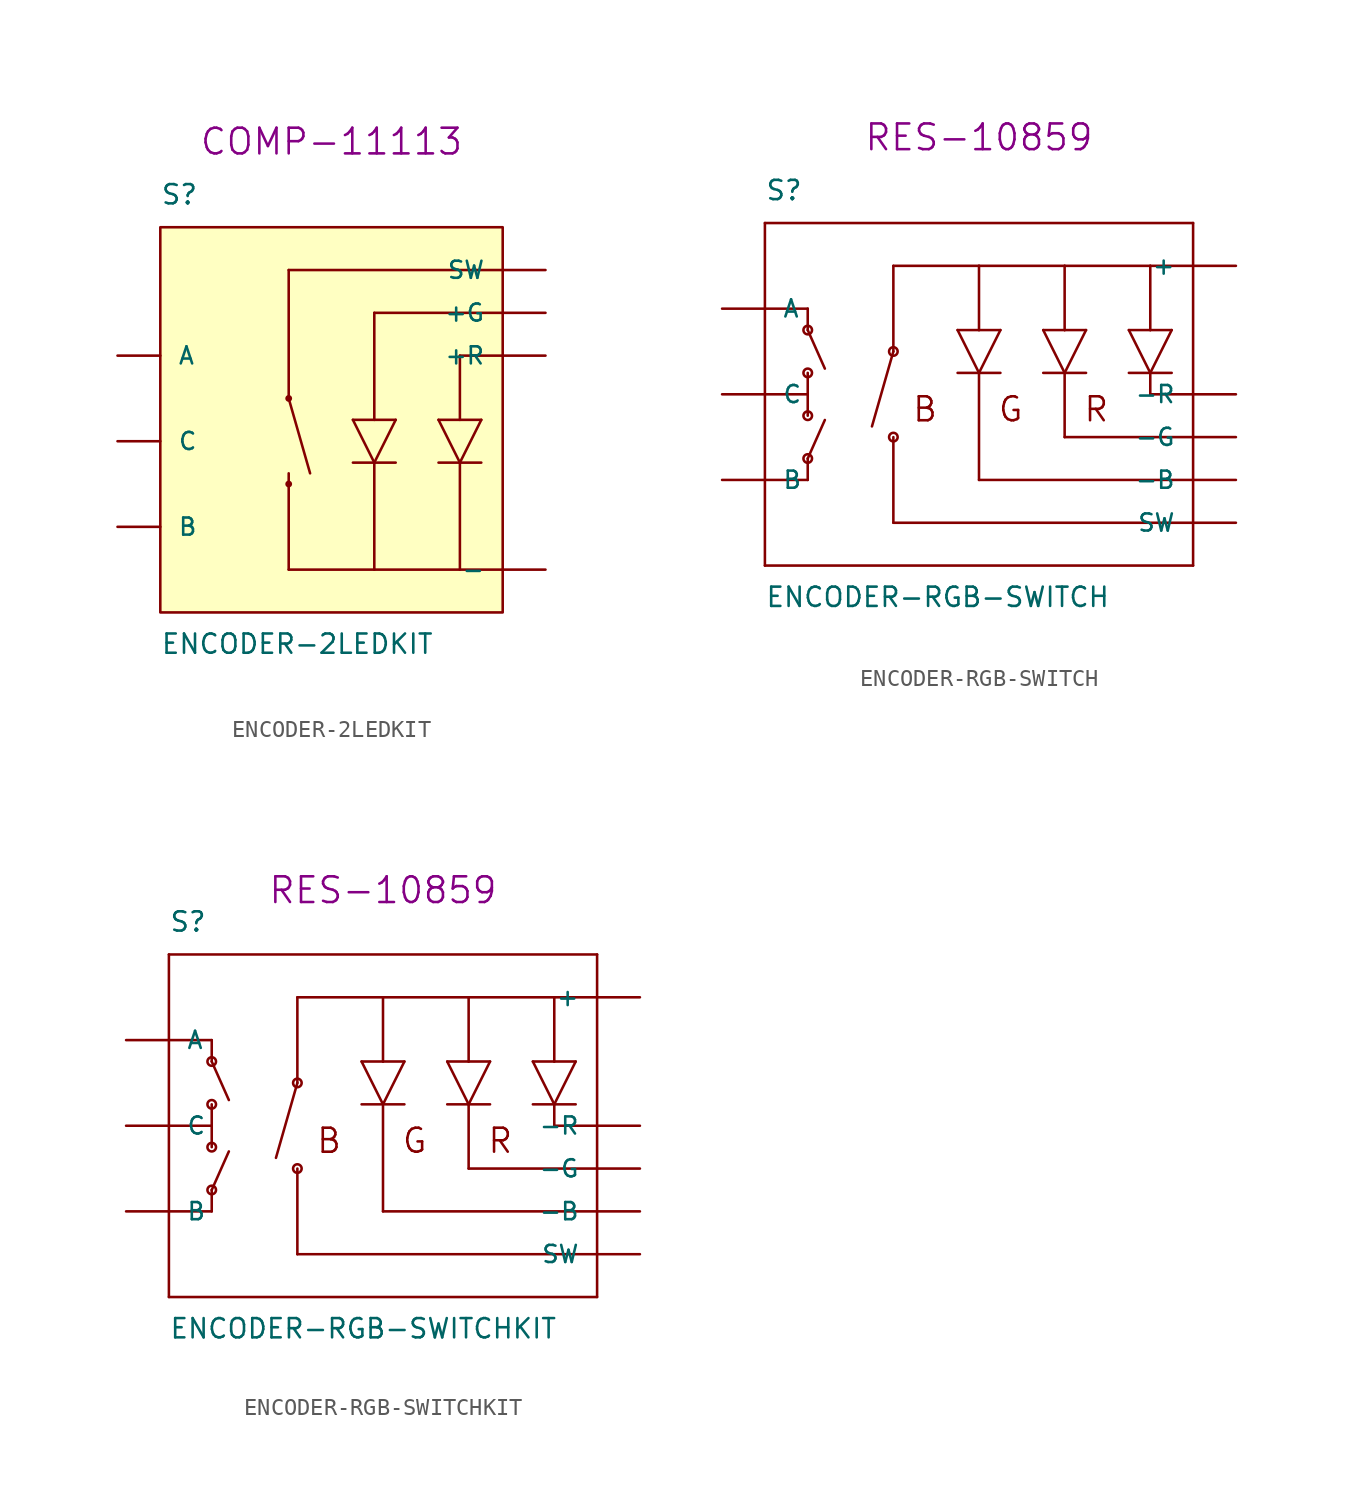
<source format=kicad_sym>
(kicad_symbol_lib
  (version 20211014)
  (generator kicad_symbol_editor)
  (symbol "ENCODER-2LEDKIT"
    (pin_numbers hide)
    (pin_names
      (offset 1.016))
    (property "Reference" "S"
      (at -10.16 13.97 0)
      (effects (font (size 1.143 1.143)) (justify left bottom)))
    (property "Value" "ENCODER-2LEDKIT"
      (at -10.16 -12.7 0)
      (effects (font (size 1.143 1.143)) (justify left bottom)))
    (property "Field4" "COMP-11113"
      (at 0 17.78 0)
      (effects (font (size 1.524 1.524))))
    (property "ki_locked" ""
      (at 0 0 0)
      (effects (font (size 1.27 1.27))))
    (symbol "ENCODER-2LEDKIT_1_0"
      (polyline (pts (xy -2.54 -7.62) (xy 2.54 -7.62)) (stroke (width 0) (type default) (color 0 0 0 0)) (fill (type none)))
      (polyline (pts (xy -2.54 -1.905) (xy -2.54 -7.62)) (stroke (width 0) (type default) (color 0 0 0 0)) (fill (type none)))
      (polyline (pts (xy -2.54 2.54) (xy -2.54 10.16)) (stroke (width 0) (type default) (color 0 0 0 0)) (fill (type none)))
      (polyline (pts (xy -2.54 2.54) (xy -1.27 -1.905)) (stroke (width 0) (type default) (color 0 0 0 0)) (fill (type none)))
      (polyline (pts (xy -2.54 10.16) (xy 10.16 10.16)) (stroke (width 0) (type default) (color 0 0 0 0)) (fill (type none)))
      (polyline (pts (xy 2.54 -7.62) (xy 7.62 -7.62)) (stroke (width 0) (type default) (color 0 0 0 0)) (fill (type none)))
      (polyline (pts (xy 2.54 -1.27) (xy 1.27 -1.27)) (stroke (width 0) (type default) (color 0 0 0 0)) (fill (type none)))
      (polyline (pts (xy 2.54 -1.27) (xy 1.27 1.27)) (stroke (width 0) (type default) (color 0 0 0 0)) (fill (type none)))
      (polyline (pts (xy 2.54 -1.27) (xy 2.54 -7.62)) (stroke (width 0) (type default) (color 0 0 0 0)) (fill (type none)))
      (polyline (pts (xy 2.54 1.27) (xy 1.27 1.27)) (stroke (width 0) (type default) (color 0 0 0 0)) (fill (type none)))
      (polyline (pts (xy 2.54 1.27) (xy 2.54 7.62)) (stroke (width 0) (type default) (color 0 0 0 0)) (fill (type none)))
      (polyline (pts (xy 2.54 7.62) (xy 10.16 7.62)) (stroke (width 0) (type default) (color 0 0 0 0)) (fill (type none)))
      (polyline (pts (xy 3.81 -1.27) (xy 2.54 -1.27)) (stroke (width 0) (type default) (color 0 0 0 0)) (fill (type none)))
      (polyline (pts (xy 3.81 1.27) (xy 2.54 -1.27)) (stroke (width 0) (type default) (color 0 0 0 0)) (fill (type none)))
      (polyline (pts (xy 3.81 1.27) (xy 2.54 1.27)) (stroke (width 0) (type default) (color 0 0 0 0)) (fill (type none)))
      (polyline (pts (xy 7.62 -7.62) (xy 10.16 -7.62)) (stroke (width 0) (type default) (color 0 0 0 0)) (fill (type none)))
      (polyline (pts (xy 7.62 -1.27) (xy 6.35 -1.27)) (stroke (width 0) (type default) (color 0 0 0 0)) (fill (type none)))
      (polyline (pts (xy 7.62 -1.27) (xy 6.35 1.27)) (stroke (width 0) (type default) (color 0 0 0 0)) (fill (type none)))
      (polyline (pts (xy 7.62 -1.27) (xy 7.62 -7.62)) (stroke (width 0) (type default) (color 0 0 0 0)) (fill (type none)))
      (polyline (pts (xy 7.62 1.27) (xy 6.35 1.27)) (stroke (width 0) (type default) (color 0 0 0 0)) (fill (type none)))
      (polyline (pts (xy 7.62 1.27) (xy 7.62 5.08)) (stroke (width 0) (type default) (color 0 0 0 0)) (fill (type none)))
      (polyline (pts (xy 7.62 5.08) (xy 10.16 5.08)) (stroke (width 0) (type default) (color 0 0 0 0)) (fill (type none)))
      (polyline (pts (xy 8.89 -1.27) (xy 7.62 -1.27)) (stroke (width 0) (type default) (color 0 0 0 0)) (fill (type none)))
      (polyline (pts (xy 8.89 1.27) (xy 7.62 -1.27)) (stroke (width 0) (type default) (color 0 0 0 0)) (fill (type none)))
      (polyline (pts (xy 8.89 1.27) (xy 7.62 1.27)) (stroke (width 0) (type default) (color 0 0 0 0)) (fill (type none))))
    (symbol "ENCODER-2LEDKIT_1_1"
      (circle (center -2.54 -2.54) (radius 0.127) (stroke (width 0) (type default) (color 0 0 0 0)) (fill (type outline)))
      (circle (center -2.54 2.54) (radius 0.127) (stroke (width 0) (type default) (color 0 0 0 0)) (fill (type outline)))
      (polyline (pts (xy -10.16 12.7) (xy -10.16 -10.16) (xy 10.16 -10.16) (xy 10.16 -7.62) (xy 10.16 5.08) (xy 10.16 7.62) (xy 10.16 10.16) (xy 10.16 12.7) (xy -10.16 12.7)) (stroke (width 0) (type default) (color 0 0 0 0)) (fill (type background)))
      (pin passive line (at 12.7 7.62 180) (length 2.54) (name "+G" (effects (font (size 1.016 1.016)))) (number "+G" (effects (font (size 1.016 1.016)))))
      (pin passive line (at 12.7 5.08 180) (length 2.54) (name "+R" (effects (font (size 1.016 1.016)))) (number "+R" (effects (font (size 1.016 1.016)))))
      (pin bidirectional line (at -12.7 5.08 0) (length 2.54) (name "A" (effects (font (size 1.016 1.016)))) (number "A" (effects (font (size 1.016 1.016)))))
      (pin bidirectional line (at -12.7 -5.08 0) (length 2.54) (name "B" (effects (font (size 1.016 1.016)))) (number "B" (effects (font (size 1.016 1.016)))))
      (pin bidirectional line (at -12.7 0 0) (length 2.54) (name "C" (effects (font (size 1.016 1.016)))) (number "C" (effects (font (size 1.016 1.016)))))
      (pin passive line (at 12.7 -7.62 180) (length 2.54) (name "-" (effects (font (size 1.016 1.016)))) (number "GND" (effects (font (size 1.016 1.016)))))
      (pin passive line (at 12.7 10.16 180) (length 2.54) (name "SW" (effects (font (size 1.016 1.016)))) (number "SW" (effects (font (size 1.016 1.016)))))))
  (symbol "ENCODER-RGB-SWITCH"
    (pin_numbers hide)
    (pin_names
      (offset 1.016))
    (property "Reference" "S"
      (at -12.7 11.43 0)
      (effects (font (size 1.143 1.143)) (justify left bottom)))
    (property "Value" "ENCODER-RGB-SWITCH"
      (at -12.7 -12.7 0)
      (effects (font (size 1.143 1.143)) (justify left bottom)))
    (property "Field4" "RES-10859"
      (at 0 15.24 0)
      (effects (font (size 1.524 1.524))))
    (property "ki_locked" ""
      (at 0 0 0)
      (effects (font (size 1.27 1.27))))
    (symbol "ENCODER-RGB-SWITCH_1_0"
      (polyline (pts (xy -12.7 -10.16) (xy 12.7 -10.16)) (stroke (width 0) (type default) (color 0 0 0 0)) (fill (type none)))
      (polyline (pts (xy -12.7 -5.08) (xy -12.7 -10.16)) (stroke (width 0) (type default) (color 0 0 0 0)) (fill (type none)))
      (polyline (pts (xy -12.7 0) (xy -12.7 -5.08)) (stroke (width 0) (type default) (color 0 0 0 0)) (fill (type none)))
      (polyline (pts (xy -12.7 5.08) (xy -12.7 0)) (stroke (width 0) (type default) (color 0 0 0 0)) (fill (type none)))
      (polyline (pts (xy -12.7 5.08) (xy -10.16 5.08)) (stroke (width 0) (type default) (color 0 0 0 0)) (fill (type none)))
      (polyline (pts (xy -12.7 10.16) (xy -12.7 5.08)) (stroke (width 0) (type default) (color 0 0 0 0)) (fill (type none)))
      (polyline (pts (xy -10.16 -5.08) (xy -12.7 -5.08)) (stroke (width 0) (type default) (color 0 0 0 0)) (fill (type none)))
      (polyline (pts (xy -10.16 -5.08) (xy -10.16 -3.81)) (stroke (width 0) (type default) (color 0 0 0 0)) (fill (type none)))
      (polyline (pts (xy -10.16 -3.81) (xy -9.144 -1.524)) (stroke (width 0) (type default) (color 0 0 0 0)) (fill (type none)))
      (polyline (pts (xy -10.16 0) (xy -12.7 0)) (stroke (width 0) (type default) (color 0 0 0 0)) (fill (type none)))
      (polyline (pts (xy -10.16 0) (xy -10.16 -1.27)) (stroke (width 0) (type default) (color 0 0 0 0)) (fill (type none)))
      (polyline (pts (xy -10.16 0) (xy -10.16 1.27)) (stroke (width 0) (type default) (color 0 0 0 0)) (fill (type none)))
      (polyline (pts (xy -10.16 3.81) (xy -9.144 1.524)) (stroke (width 0) (type default) (color 0 0 0 0)) (fill (type none)))
      (polyline (pts (xy -10.16 5.08) (xy -10.16 3.81)) (stroke (width 0) (type default) (color 0 0 0 0)) (fill (type none)))
      (polyline (pts (xy -5.08 -7.62) (xy -5.08 -2.54)) (stroke (width 0) (type default) (color 0 0 0 0)) (fill (type none)))
      (polyline (pts (xy -5.08 -7.62) (xy 12.7 -7.62)) (stroke (width 0) (type default) (color 0 0 0 0)) (fill (type none)))
      (polyline (pts (xy -5.08 2.54) (xy -6.35 -1.905)) (stroke (width 0) (type default) (color 0 0 0 0)) (fill (type none)))
      (polyline (pts (xy -5.08 7.62) (xy -5.08 2.54)) (stroke (width 0) (type default) (color 0 0 0 0)) (fill (type none)))
      (polyline (pts (xy -5.08 7.62) (xy 0 7.62)) (stroke (width 0) (type default) (color 0 0 0 0)) (fill (type none)))
      (polyline (pts (xy -1.27 1.27) (xy 0 1.27)) (stroke (width 0) (type default) (color 0 0 0 0)) (fill (type none)))
      (polyline (pts (xy -1.27 3.81) (xy 0 1.27)) (stroke (width 0) (type default) (color 0 0 0 0)) (fill (type none)))
      (polyline (pts (xy -1.27 3.81) (xy 0 3.81)) (stroke (width 0) (type default) (color 0 0 0 0)) (fill (type none)))
      (polyline (pts (xy 0 -5.08) (xy 0 1.27)) (stroke (width 0) (type default) (color 0 0 0 0)) (fill (type none)))
      (polyline (pts (xy 0 -5.08) (xy 12.7 -5.08)) (stroke (width 0) (type default) (color 0 0 0 0)) (fill (type none)))
      (polyline (pts (xy 0 1.27) (xy 1.27 1.27)) (stroke (width 0) (type default) (color 0 0 0 0)) (fill (type none)))
      (polyline (pts (xy 0 1.27) (xy 1.27 3.81)) (stroke (width 0) (type default) (color 0 0 0 0)) (fill (type none)))
      (polyline (pts (xy 0 3.81) (xy 1.27 3.81)) (stroke (width 0) (type default) (color 0 0 0 0)) (fill (type none)))
      (polyline (pts (xy 0 7.62) (xy 0 3.81)) (stroke (width 0) (type default) (color 0 0 0 0)) (fill (type none)))
      (polyline (pts (xy 0 7.62) (xy 5.08 7.62)) (stroke (width 0) (type default) (color 0 0 0 0)) (fill (type none)))
      (polyline (pts (xy 3.81 1.27) (xy 5.08 1.27)) (stroke (width 0) (type default) (color 0 0 0 0)) (fill (type none)))
      (polyline (pts (xy 3.81 3.81) (xy 5.08 1.27)) (stroke (width 0) (type default) (color 0 0 0 0)) (fill (type none)))
      (polyline (pts (xy 3.81 3.81) (xy 5.08 3.81)) (stroke (width 0) (type default) (color 0 0 0 0)) (fill (type none)))
      (polyline (pts (xy 5.08 -2.54) (xy 5.08 1.27)) (stroke (width 0) (type default) (color 0 0 0 0)) (fill (type none)))
      (polyline (pts (xy 5.08 -2.54) (xy 12.7 -2.54)) (stroke (width 0) (type default) (color 0 0 0 0)) (fill (type none)))
      (polyline (pts (xy 5.08 1.27) (xy 6.35 1.27)) (stroke (width 0) (type default) (color 0 0 0 0)) (fill (type none)))
      (polyline (pts (xy 5.08 1.27) (xy 6.35 3.81)) (stroke (width 0) (type default) (color 0 0 0 0)) (fill (type none)))
      (polyline (pts (xy 5.08 3.81) (xy 6.35 3.81)) (stroke (width 0) (type default) (color 0 0 0 0)) (fill (type none)))
      (polyline (pts (xy 5.08 7.62) (xy 5.08 3.81)) (stroke (width 0) (type default) (color 0 0 0 0)) (fill (type none)))
      (polyline (pts (xy 5.08 7.62) (xy 10.16 7.62)) (stroke (width 0) (type default) (color 0 0 0 0)) (fill (type none)))
      (polyline (pts (xy 8.89 1.27) (xy 10.16 1.27)) (stroke (width 0) (type default) (color 0 0 0 0)) (fill (type none)))
      (polyline (pts (xy 8.89 3.81) (xy 10.16 1.27)) (stroke (width 0) (type default) (color 0 0 0 0)) (fill (type none)))
      (polyline (pts (xy 8.89 3.81) (xy 10.16 3.81)) (stroke (width 0) (type default) (color 0 0 0 0)) (fill (type none)))
      (polyline (pts (xy 10.16 0) (xy 10.16 1.27)) (stroke (width 0) (type default) (color 0 0 0 0)) (fill (type none)))
      (polyline (pts (xy 10.16 0) (xy 12.7 0)) (stroke (width 0) (type default) (color 0 0 0 0)) (fill (type none)))
      (polyline (pts (xy 10.16 1.27) (xy 11.43 1.27)) (stroke (width 0) (type default) (color 0 0 0 0)) (fill (type none)))
      (polyline (pts (xy 10.16 1.27) (xy 11.43 3.81)) (stroke (width 0) (type default) (color 0 0 0 0)) (fill (type none)))
      (polyline (pts (xy 10.16 3.81) (xy 11.43 3.81)) (stroke (width 0) (type default) (color 0 0 0 0)) (fill (type none)))
      (polyline (pts (xy 10.16 7.62) (xy 10.16 3.81)) (stroke (width 0) (type default) (color 0 0 0 0)) (fill (type none)))
      (polyline (pts (xy 10.16 7.62) (xy 12.7 7.62)) (stroke (width 0) (type default) (color 0 0 0 0)) (fill (type none)))
      (polyline (pts (xy 12.7 10.16) (xy -12.7 10.16)) (stroke (width 0) (type default) (color 0 0 0 0)) (fill (type none)))
      (polyline (pts (xy 12.7 10.16) (xy 12.7 -10.16)) (stroke (width 0) (type default) (color 0 0 0 0)) (fill (type none)))
      (text "B" (at -3.2 -0.889 0) (effects (font (size 1.422 1.422))))
      (text "G" (at 1.88 -0.889 0) (effects (font (size 1.422 1.422))))
      (text "R" (at 6.96 -0.889 0) (effects (font (size 1.422 1.422)))))
    (symbol "ENCODER-RGB-SWITCH_1_1"
      (circle (center -10.16 -3.81) (radius 0.254) (stroke (width 0) (type default) (color 0 0 0 0)) (fill (type none)))
      (circle (center -10.16 -1.27) (radius 0.254) (stroke (width 0) (type default) (color 0 0 0 0)) (fill (type none)))
      (circle (center -10.16 1.27) (radius 0.254) (stroke (width 0) (type default) (color 0 0 0 0)) (fill (type none)))
      (circle (center -10.16 3.81) (radius 0.254) (stroke (width 0) (type default) (color 0 0 0 0)) (fill (type none)))
      (circle (center -5.08 -2.54) (radius 0.254) (stroke (width 0) (type default) (color 0 0 0 0)) (fill (type none)))
      (circle (center -5.08 2.54) (radius 0.254) (stroke (width 0) (type default) (color 0 0 0 0)) (fill (type none)))
      (pin passive line (at 15.24 0 180) (length 2.54) (name "-R" (effects (font (size 1.016 1.016)))) (number "1" (effects (font (size 1.016 1.016)))))
      (pin passive line (at 15.24 -2.54 180) (length 2.54) (name "-G" (effects (font (size 1.016 1.016)))) (number "2" (effects (font (size 1.016 1.016)))))
      (pin passive line (at 15.24 -7.62 180) (length 2.54) (name "SW" (effects (font (size 1.016 1.016)))) (number "3" (effects (font (size 1.016 1.016)))))
      (pin passive line (at 15.24 -5.08 180) (length 2.54) (name "-B" (effects (font (size 1.016 1.016)))) (number "4" (effects (font (size 1.016 1.016)))))
      (pin passive line (at 15.24 7.62 180) (length 2.54) (name "+" (effects (font (size 1.016 1.016)))) (number "5" (effects (font (size 1.016 1.016)))))
      (pin bidirectional line (at -15.24 5.08 0) (length 2.54) (name "A" (effects (font (size 1.016 1.016)))) (number "A" (effects (font (size 1.016 1.016)))))
      (pin bidirectional line (at -15.24 -5.08 0) (length 2.54) (name "B" (effects (font (size 1.016 1.016)))) (number "B" (effects (font (size 1.016 1.016)))))
      (pin bidirectional line (at -15.24 0 0) (length 2.54) (name "C" (effects (font (size 1.016 1.016)))) (number "C" (effects (font (size 1.016 1.016)))))))
  (symbol "ENCODER-RGB-SWITCHKIT"
    (pin_numbers hide)
    (pin_names
      (offset 1.016))
    (property "Reference" "S"
      (at -12.7 11.43 0)
      (effects (font (size 1.143 1.143)) (justify left bottom)))
    (property "Value" "ENCODER-RGB-SWITCHKIT"
      (at -12.7 -12.7 0)
      (effects (font (size 1.143 1.143)) (justify left bottom)))
    (property "Field4" "RES-10859"
      (at 0 13.97 0)
      (effects (font (size 1.524 1.524))))
    (property "ki_locked" ""
      (at 0 0 0)
      (effects (font (size 1.27 1.27))))
    (symbol "ENCODER-RGB-SWITCHKIT_1_0"
      (polyline (pts (xy -12.7 -10.16) (xy 12.7 -10.16)) (stroke (width 0) (type default) (color 0 0 0 0)) (fill (type none)))
      (polyline (pts (xy -12.7 -5.08) (xy -12.7 -10.16)) (stroke (width 0) (type default) (color 0 0 0 0)) (fill (type none)))
      (polyline (pts (xy -12.7 0) (xy -12.7 -5.08)) (stroke (width 0) (type default) (color 0 0 0 0)) (fill (type none)))
      (polyline (pts (xy -12.7 5.08) (xy -12.7 0)) (stroke (width 0) (type default) (color 0 0 0 0)) (fill (type none)))
      (polyline (pts (xy -12.7 5.08) (xy -10.16 5.08)) (stroke (width 0) (type default) (color 0 0 0 0)) (fill (type none)))
      (polyline (pts (xy -12.7 10.16) (xy -12.7 5.08)) (stroke (width 0) (type default) (color 0 0 0 0)) (fill (type none)))
      (polyline (pts (xy -10.16 -5.08) (xy -12.7 -5.08)) (stroke (width 0) (type default) (color 0 0 0 0)) (fill (type none)))
      (polyline (pts (xy -10.16 -5.08) (xy -10.16 -3.81)) (stroke (width 0) (type default) (color 0 0 0 0)) (fill (type none)))
      (polyline (pts (xy -10.16 -3.81) (xy -9.144 -1.524)) (stroke (width 0) (type default) (color 0 0 0 0)) (fill (type none)))
      (polyline (pts (xy -10.16 0) (xy -12.7 0)) (stroke (width 0) (type default) (color 0 0 0 0)) (fill (type none)))
      (polyline (pts (xy -10.16 0) (xy -10.16 -1.27)) (stroke (width 0) (type default) (color 0 0 0 0)) (fill (type none)))
      (polyline (pts (xy -10.16 0) (xy -10.16 1.27)) (stroke (width 0) (type default) (color 0 0 0 0)) (fill (type none)))
      (polyline (pts (xy -10.16 3.81) (xy -9.144 1.524)) (stroke (width 0) (type default) (color 0 0 0 0)) (fill (type none)))
      (polyline (pts (xy -10.16 5.08) (xy -10.16 3.81)) (stroke (width 0) (type default) (color 0 0 0 0)) (fill (type none)))
      (polyline (pts (xy -5.08 -7.62) (xy -5.08 -2.54)) (stroke (width 0) (type default) (color 0 0 0 0)) (fill (type none)))
      (polyline (pts (xy -5.08 -7.62) (xy 12.7 -7.62)) (stroke (width 0) (type default) (color 0 0 0 0)) (fill (type none)))
      (polyline (pts (xy -5.08 2.54) (xy -6.35 -1.905)) (stroke (width 0) (type default) (color 0 0 0 0)) (fill (type none)))
      (polyline (pts (xy -5.08 7.62) (xy -5.08 2.54)) (stroke (width 0) (type default) (color 0 0 0 0)) (fill (type none)))
      (polyline (pts (xy -5.08 7.62) (xy 0 7.62)) (stroke (width 0) (type default) (color 0 0 0 0)) (fill (type none)))
      (polyline (pts (xy -1.27 1.27) (xy 0 1.27)) (stroke (width 0) (type default) (color 0 0 0 0)) (fill (type none)))
      (polyline (pts (xy -1.27 3.81) (xy 0 1.27)) (stroke (width 0) (type default) (color 0 0 0 0)) (fill (type none)))
      (polyline (pts (xy -1.27 3.81) (xy 0 3.81)) (stroke (width 0) (type default) (color 0 0 0 0)) (fill (type none)))
      (polyline (pts (xy 0 -5.08) (xy 0 1.27)) (stroke (width 0) (type default) (color 0 0 0 0)) (fill (type none)))
      (polyline (pts (xy 0 -5.08) (xy 12.7 -5.08)) (stroke (width 0) (type default) (color 0 0 0 0)) (fill (type none)))
      (polyline (pts (xy 0 1.27) (xy 1.27 1.27)) (stroke (width 0) (type default) (color 0 0 0 0)) (fill (type none)))
      (polyline (pts (xy 0 1.27) (xy 1.27 3.81)) (stroke (width 0) (type default) (color 0 0 0 0)) (fill (type none)))
      (polyline (pts (xy 0 3.81) (xy 1.27 3.81)) (stroke (width 0) (type default) (color 0 0 0 0)) (fill (type none)))
      (polyline (pts (xy 0 7.62) (xy 0 3.81)) (stroke (width 0) (type default) (color 0 0 0 0)) (fill (type none)))
      (polyline (pts (xy 0 7.62) (xy 5.08 7.62)) (stroke (width 0) (type default) (color 0 0 0 0)) (fill (type none)))
      (polyline (pts (xy 3.81 1.27) (xy 5.08 1.27)) (stroke (width 0) (type default) (color 0 0 0 0)) (fill (type none)))
      (polyline (pts (xy 3.81 3.81) (xy 5.08 1.27)) (stroke (width 0) (type default) (color 0 0 0 0)) (fill (type none)))
      (polyline (pts (xy 3.81 3.81) (xy 5.08 3.81)) (stroke (width 0) (type default) (color 0 0 0 0)) (fill (type none)))
      (polyline (pts (xy 5.08 -2.54) (xy 5.08 1.27)) (stroke (width 0) (type default) (color 0 0 0 0)) (fill (type none)))
      (polyline (pts (xy 5.08 -2.54) (xy 12.7 -2.54)) (stroke (width 0) (type default) (color 0 0 0 0)) (fill (type none)))
      (polyline (pts (xy 5.08 1.27) (xy 6.35 1.27)) (stroke (width 0) (type default) (color 0 0 0 0)) (fill (type none)))
      (polyline (pts (xy 5.08 1.27) (xy 6.35 3.81)) (stroke (width 0) (type default) (color 0 0 0 0)) (fill (type none)))
      (polyline (pts (xy 5.08 3.81) (xy 6.35 3.81)) (stroke (width 0) (type default) (color 0 0 0 0)) (fill (type none)))
      (polyline (pts (xy 5.08 7.62) (xy 5.08 3.81)) (stroke (width 0) (type default) (color 0 0 0 0)) (fill (type none)))
      (polyline (pts (xy 5.08 7.62) (xy 10.16 7.62)) (stroke (width 0) (type default) (color 0 0 0 0)) (fill (type none)))
      (polyline (pts (xy 8.89 1.27) (xy 10.16 1.27)) (stroke (width 0) (type default) (color 0 0 0 0)) (fill (type none)))
      (polyline (pts (xy 8.89 3.81) (xy 10.16 1.27)) (stroke (width 0) (type default) (color 0 0 0 0)) (fill (type none)))
      (polyline (pts (xy 8.89 3.81) (xy 10.16 3.81)) (stroke (width 0) (type default) (color 0 0 0 0)) (fill (type none)))
      (polyline (pts (xy 10.16 0) (xy 10.16 1.27)) (stroke (width 0) (type default) (color 0 0 0 0)) (fill (type none)))
      (polyline (pts (xy 10.16 0) (xy 12.7 0)) (stroke (width 0) (type default) (color 0 0 0 0)) (fill (type none)))
      (polyline (pts (xy 10.16 1.27) (xy 11.43 1.27)) (stroke (width 0) (type default) (color 0 0 0 0)) (fill (type none)))
      (polyline (pts (xy 10.16 1.27) (xy 11.43 3.81)) (stroke (width 0) (type default) (color 0 0 0 0)) (fill (type none)))
      (polyline (pts (xy 10.16 3.81) (xy 11.43 3.81)) (stroke (width 0) (type default) (color 0 0 0 0)) (fill (type none)))
      (polyline (pts (xy 10.16 7.62) (xy 10.16 3.81)) (stroke (width 0) (type default) (color 0 0 0 0)) (fill (type none)))
      (polyline (pts (xy 10.16 7.62) (xy 12.7 7.62)) (stroke (width 0) (type default) (color 0 0 0 0)) (fill (type none)))
      (polyline (pts (xy 12.7 10.16) (xy -12.7 10.16)) (stroke (width 0) (type default) (color 0 0 0 0)) (fill (type none)))
      (polyline (pts (xy 12.7 10.16) (xy 12.7 -10.16)) (stroke (width 0) (type default) (color 0 0 0 0)) (fill (type none)))
      (text "B" (at -3.2 -0.889 0) (effects (font (size 1.422 1.422))))
      (text "G" (at 1.88 -0.889 0) (effects (font (size 1.422 1.422))))
      (text "R" (at 6.96 -0.889 0) (effects (font (size 1.422 1.422)))))
    (symbol "ENCODER-RGB-SWITCHKIT_1_1"
      (circle (center -10.16 -3.81) (radius 0.254) (stroke (width 0) (type default) (color 0 0 0 0)) (fill (type none)))
      (circle (center -10.16 -1.27) (radius 0.254) (stroke (width 0) (type default) (color 0 0 0 0)) (fill (type none)))
      (circle (center -10.16 1.27) (radius 0.254) (stroke (width 0) (type default) (color 0 0 0 0)) (fill (type none)))
      (circle (center -10.16 3.81) (radius 0.254) (stroke (width 0) (type default) (color 0 0 0 0)) (fill (type none)))
      (circle (center -5.08 -2.54) (radius 0.254) (stroke (width 0) (type default) (color 0 0 0 0)) (fill (type none)))
      (circle (center -5.08 2.54) (radius 0.254) (stroke (width 0) (type default) (color 0 0 0 0)) (fill (type none)))
      (pin passive line (at 15.24 0 180) (length 2.54) (name "-R" (effects (font (size 1.016 1.016)))) (number "1" (effects (font (size 1.016 1.016)))))
      (pin passive line (at 15.24 -2.54 180) (length 2.54) (name "-G" (effects (font (size 1.016 1.016)))) (number "2" (effects (font (size 1.016 1.016)))))
      (pin passive line (at 15.24 -7.62 180) (length 2.54) (name "SW" (effects (font (size 1.016 1.016)))) (number "3" (effects (font (size 1.016 1.016)))))
      (pin passive line (at 15.24 -5.08 180) (length 2.54) (name "-B" (effects (font (size 1.016 1.016)))) (number "4" (effects (font (size 1.016 1.016)))))
      (pin passive line (at 15.24 7.62 180) (length 2.54) (name "+" (effects (font (size 1.016 1.016)))) (number "5" (effects (font (size 1.016 1.016)))))
      (pin bidirectional line (at -15.24 5.08 0) (length 2.54) (name "A" (effects (font (size 1.016 1.016)))) (number "A" (effects (font (size 1.016 1.016)))))
      (pin bidirectional line (at -15.24 -5.08 0) (length 2.54) (name "B" (effects (font (size 1.016 1.016)))) (number "B" (effects (font (size 1.016 1.016)))))
      (pin bidirectional line (at -15.24 0 0) (length 2.54) (name "C" (effects (font (size 1.016 1.016)))) (number "C" (effects (font (size 1.016 1.016))))))))
</source>
